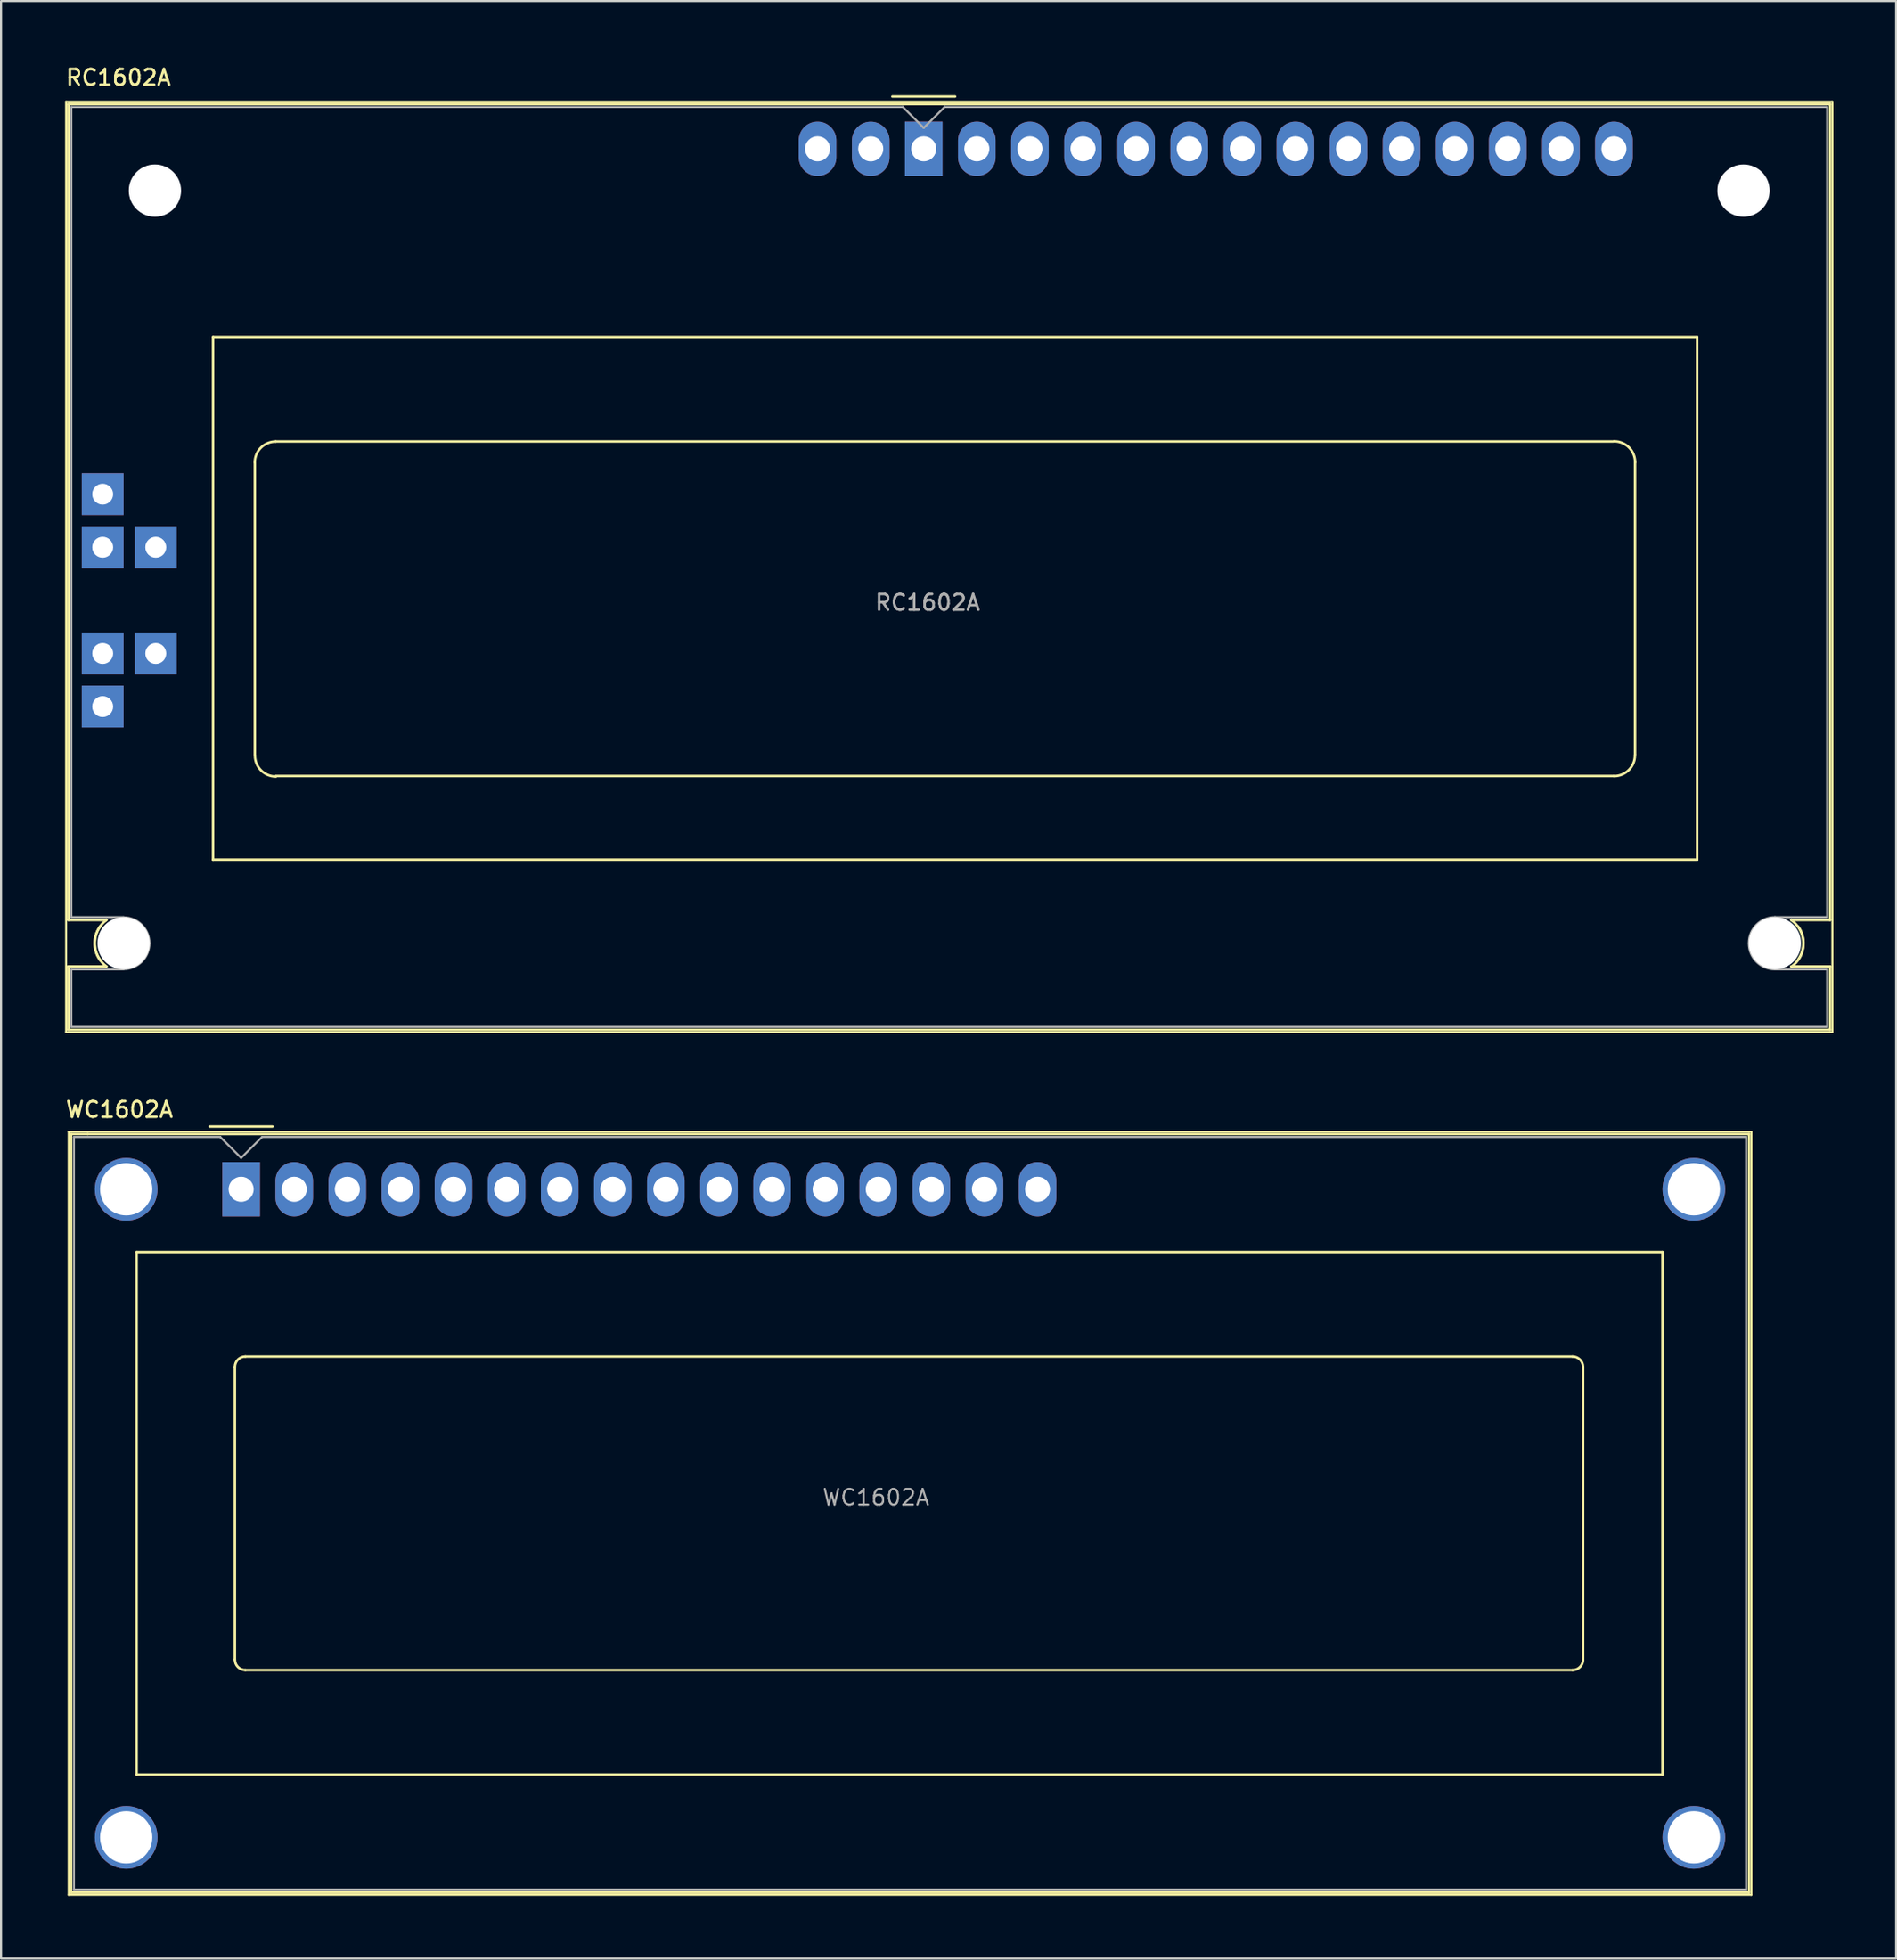
<source format=kicad_pcb>
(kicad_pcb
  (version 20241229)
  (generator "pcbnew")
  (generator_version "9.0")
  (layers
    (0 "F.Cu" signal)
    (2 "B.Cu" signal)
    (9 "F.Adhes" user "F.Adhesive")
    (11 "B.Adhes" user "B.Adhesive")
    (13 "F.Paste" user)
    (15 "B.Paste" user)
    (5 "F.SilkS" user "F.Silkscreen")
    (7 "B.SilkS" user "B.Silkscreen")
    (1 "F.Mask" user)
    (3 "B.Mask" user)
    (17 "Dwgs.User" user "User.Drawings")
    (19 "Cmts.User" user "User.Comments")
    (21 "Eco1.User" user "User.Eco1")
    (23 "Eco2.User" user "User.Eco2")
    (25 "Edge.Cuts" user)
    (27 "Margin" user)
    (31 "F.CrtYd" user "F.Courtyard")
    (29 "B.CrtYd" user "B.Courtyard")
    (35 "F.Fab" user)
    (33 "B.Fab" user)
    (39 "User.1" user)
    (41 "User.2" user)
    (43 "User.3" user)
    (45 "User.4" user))
  (footprint "RC1602A"
    (layer "F.Cu")
    (at 41.142 4.068)
    (property "Reference" "RC1602A" (at -38.53 -3.41 180) (layer "F.SilkS") (effects (font (size 0.75 0.75) (thickness 0.125))))
    (attr through_hole)
    (fp_line (start -41.03 -2.25) (end 43.47 -2.25) (stroke (width 0.1) (type solid)) (layer "F.SilkS"))
    (fp_line (start -41.03 42.25) (end -41.03 -2.25) (stroke (width 0.1) (type solid)) (layer "F.SilkS"))
    (fp_line (start -41.03 42.25) (end 43.47 42.25) (stroke (width 0.1) (type solid)) (layer "F.SilkS"))
    (fp_line (start -40.92 -2.14) (end 43.36 -2.14) (stroke (width 0.12) (type solid)) (layer "F.SilkS"))
    (fp_line (start -40.92 36.89) (end -40.92 -2.14) (stroke (width 0.12) (type solid)) (layer "F.SilkS"))
    (fp_line (start -40.92 36.89) (end -39.1 36.89) (stroke (width 0.12) (type solid)) (layer "F.SilkS"))
    (fp_line (start -40.92 39.11) (end -39.1 39.11) (stroke (width 0.12) (type solid)) (layer "F.SilkS"))
    (fp_line (start -40.92 42.14) (end -40.92 39.11) (stroke (width 0.12) (type solid)) (layer "F.SilkS"))
    (fp_line (start -34 9) (end 37 9) (stroke (width 0.12) (type solid)) (layer "F.SilkS"))
    (fp_line (start -34 34) (end -34 9) (stroke (width 0.12) (type solid)) (layer "F.SilkS"))
    (fp_line (start -32 29) (end -32 15) (stroke (width 0.12) (type solid)) (layer "F.SilkS"))
    (fp_line (start -31 14) (end 33 14) (stroke (width 0.12) (type solid)) (layer "F.SilkS"))
    (fp_line (start -1.5 -2.5) (end 1.5 -2.5) (stroke (width 0.12) (type solid)) (layer "F.SilkS"))
    (fp_line (start 33 30) (end -31 30) (stroke (width 0.12) (type solid)) (layer "F.SilkS"))
    (fp_line (start 34.03 15) (end 34.03 29) (stroke (width 0.12) (type solid)) (layer "F.SilkS"))
    (fp_line (start 37 9) (end 37 34) (stroke (width 0.12) (type solid)) (layer "F.SilkS"))
    (fp_line (start 37 34) (end -34 34) (stroke (width 0.12) (type solid)) (layer "F.SilkS"))
    (fp_line (start 41.5 39.11) (end 43.36 39.11) (stroke (width 0.12) (type solid)) (layer "F.SilkS"))
    (fp_line (start 43.36 -2.14) (end 43.36 36.89) (stroke (width 0.12) (type solid)) (layer "F.SilkS"))
    (fp_line (start 43.36 36.89) (end 41.5 36.89) (stroke (width 0.12) (type solid)) (layer "F.SilkS"))
    (fp_line (start 43.36 39.11) (end 43.36 42.14) (stroke (width 0.12) (type solid)) (layer "F.SilkS"))
    (fp_line (start 43.36 42.14) (end -40.92 42.14) (stroke (width 0.12) (type solid)) (layer "F.SilkS"))
    (fp_line (start 43.47 42.25) (end 43.47 -2.25) (stroke (width 0.1) (type solid)) (layer "F.SilkS"))
    (fp_arc (start -39.39 38.82) (mid -39.644716 37.794939) (end -39.1 36.89) (stroke (width 0.12) (type solid)) (layer "F.SilkS"))
    (fp_arc (start -39.1 39.11) (mid -39.644716 38.205061) (end -39.39 37.18) (stroke (width 0.12) (type solid)) (layer "F.SilkS"))
    (fp_arc (start -32.00286 15.00246) (mid -31.710488 14.296612) (end -31.00464 14.00424) (stroke (width 0.12) (type solid)) (layer "F.SilkS"))
    (fp_arc (start -30.99464 30.0237) (mid -31.702284 29.730584) (end -31.9954 29.02294) (stroke (width 0.12) (type solid)) (layer "F.SilkS"))
    (fp_arc (start 33.03574 13.99424) (mid 33.741588 14.286612) (end 34.03396 14.99246) (stroke (width 0.12) (type solid)) (layer "F.SilkS"))
    (fp_arc (start 34.0265 29.00294) (mid 33.733384 29.710584) (end 33.02574 30.0037) (stroke (width 0.12) (type solid)) (layer "F.SilkS"))
    (fp_arc (start 41.5 36.89) (mid 42.059361 37.759584) (end 41.84 38.77) (stroke (width 0.12) (type solid)) (layer "F.SilkS"))
    (fp_arc (start 41.84 37.21) (mid 42.070574 38.233345) (end 41.51 39.12) (stroke (width 0.12) (type solid)) (layer "F.SilkS"))
    (fp_line (start -40.78 -2) (end -1 -2) (stroke (width 0.1) (type solid)) (layer "F.Fab"))
    (fp_line (start -40.78 36.75) (end -40.78 -2) (stroke (width 0.1) (type solid)) (layer "F.Fab"))
    (fp_line (start -40.78 36.75) (end -38.28 36.75) (stroke (width 0.1) (type solid)) (layer "F.Fab"))
    (fp_line (start -40.78 39.25) (end -38.28 39.25) (stroke (width 0.1) (type solid)) (layer "F.Fab"))
    (fp_line (start -40.78 41.99) (end -40.78 39.25) (stroke (width 0.1) (type solid)) (layer "F.Fab"))
    (fp_line (start -1 -2) (end 0 -1) (stroke (width 0.1) (type solid)) (layer "F.Fab"))
    (fp_line (start 0 -1) (end 1 -2) (stroke (width 0.1) (type solid)) (layer "F.Fab"))
    (fp_line (start 1 -2) (end 43.22 -2) (stroke (width 0.1) (type solid)) (layer "F.Fab"))
    (fp_line (start 40.72 39.25) (end 43.22 39.25) (stroke (width 0.1) (type solid)) (layer "F.Fab"))
    (fp_line (start 43.22 -2) (end 43.22 36.75) (stroke (width 0.1) (type solid)) (layer "F.Fab"))
    (fp_line (start 43.22 36.75) (end 40.72 36.75) (stroke (width 0.1) (type solid)) (layer "F.Fab"))
    (fp_line (start 43.22 39.25) (end 43.22 42) (stroke (width 0.1) (type solid)) (layer "F.Fab"))
    (fp_line (start 43.22 42) (end -40.78 42) (stroke (width 0.1) (type solid)) (layer "F.Fab"))
    (fp_arc (start -38.28 36.76) (mid -37.403188 37.123188) (end -37.04 38) (stroke (width 0.1) (type solid)) (layer "F.Fab"))
    (fp_arc (start -37.04 38) (mid -37.403188 38.876812) (end -38.28 39.24) (stroke (width 0.1) (type solid)) (layer "F.Fab"))
    (fp_arc (start 39.47 37.99) (mid 39.843188 37.109045) (end 40.73 36.75) (stroke (width 0.1) (type solid)) (layer "F.Fab"))
    (fp_arc (start 40.73 39.25) (mid 39.843188 38.890955) (end 39.47 38.01) (stroke (width 0.1) (type solid)) (layer "F.Fab"))
    (fp_text user "${REFERENCE}" (at 0.185 21.705 0) (layer "F.Fab") (effects (font (size 0.75 0.75) (thickness 0.125))))
    (pad "" np_thru_hole circle (at -38.28 38 180) (size 2.5 2.5) (drill 2.5) (layers "*.Cu" "*.Mask"))
    (pad "" np_thru_hole circle (at -36.78 2 180) (size 2.5 2.5) (drill 2.5) (layers "*.Cu" "*.Mask"))
    (pad "" np_thru_hole circle (at 39.22 2 180) (size 2.5 2.5) (drill 2.5) (layers "*.Cu" "*.Mask"))
    (pad "" np_thru_hole circle (at 40.72 38 180) (size 2.5 2.5) (drill 2.5) (layers "*.Cu" "*.Mask"))
    (pad "1" thru_hole rect (at 0 0 180) (size 1.8 2.6) (drill 1.2) (layers "*.Cu" "*.Mask"))
    (pad "2" thru_hole oval (at 2.54 0 180) (size 1.8 2.6) (drill 1.2) (layers "*.Cu" "*.Mask"))
    (pad "3" thru_hole oval (at 5.08 0 180) (size 1.8 2.6) (drill 1.2) (layers "*.Cu" "*.Mask"))
    (pad "4" thru_hole oval (at 7.62 0 180) (size 1.8 2.6) (drill 1.2) (layers "*.Cu" "*.Mask"))
    (pad "5" thru_hole oval (at 10.16 0 180) (size 1.8 2.6) (drill 1.2) (layers "*.Cu" "*.Mask"))
    (pad "6" thru_hole oval (at 12.7 0 180) (size 1.8 2.6) (drill 1.2) (layers "*.Cu" "*.Mask"))
    (pad "7" thru_hole oval (at 15.24 0 180) (size 1.8 2.6) (drill 1.2) (layers "*.Cu" "*.Mask"))
    (pad "8" thru_hole oval (at 17.78 0 180) (size 1.8 2.6) (drill 1.2) (layers "*.Cu" "*.Mask"))
    (pad "9" thru_hole oval (at 20.32 0 180) (size 1.8 2.6) (drill 1.2) (layers "*.Cu" "*.Mask"))
    (pad "10" thru_hole oval (at 22.86 0 180) (size 1.8 2.6) (drill 1.2) (layers "*.Cu" "*.Mask"))
    (pad "11" thru_hole oval (at 25.4 0 180) (size 1.8 2.6) (drill 1.2) (layers "*.Cu" "*.Mask"))
    (pad "12" thru_hole oval (at 27.94 0 180) (size 1.8 2.6) (drill 1.2) (layers "*.Cu" "*.Mask"))
    (pad "13" thru_hole oval (at 30.485 0.003 180) (size 1.8 2.6) (drill 1.2) (layers "*.Cu" "*.Mask"))
    (pad "14" thru_hole oval (at 33.02 0 180) (size 1.8 2.6) (drill 1.2) (layers "*.Cu" "*.Mask"))
    (pad "15" thru_hole oval (at -5.08 0 180) (size 1.8 2.6) (drill 1.2) (layers "*.Cu" "*.Mask"))
    (pad "16" thru_hole oval (at -2.535 0.003 180) (size 1.8 2.6) (drill 1.2) (layers "*.Cu" "*.Mask"))
    (pad "A1" thru_hole rect (at -39.28 24.14 180) (size 2 2) (drill 1) (layers "*.Cu" "*.Mask"))
    (pad "A1" thru_hole rect (at -39.28 26.68 180) (size 2 2) (drill 1) (layers "*.Cu" "*.Mask"))
    (pad "A1" thru_hole rect (at -36.74 24.14 180) (size 2 2) (drill 1) (layers "*.Cu" "*.Mask"))
    (pad "K1" thru_hole rect (at -39.28 16.52 180) (size 2 2) (drill 1) (layers "*.Cu" "*.Mask"))
    (pad "K1" thru_hole rect (at -39.28 19.06 180) (size 2 2) (drill 1) (layers "*.Cu" "*.Mask"))
    (pad "K1" thru_hole rect (at -36.74 19.06 180) (size 2 2) (drill 1) (layers "*.Cu" "*.Mask")))
  (footprint "WC1602A"
    (layer "F.Cu")
    (at 8.486 53.836)
    (property "Reference" "WC1602A" (at -5.82 -3.81 0) (layer "F.SilkS") (effects (font (size 0.75 0.75) (thickness 0.125))))
    (attr through_hole)
    (fp_line (start -8.25 -2.75) (end -8.25 33.75) (stroke (width 0.1) (type solid)) (layer "F.SilkS"))
    (fp_line (start -8.25 -2.75) (end 72.25 -2.75) (stroke (width 0.1) (type solid)) (layer "F.SilkS"))
    (fp_line (start -8.25 33.75) (end 72.25 33.75) (stroke (width 0.1) (type solid)) (layer "F.SilkS"))
    (fp_line (start -8.14 -2.64) (end -8.14 33.64) (stroke (width 0.12) (type solid)) (layer "F.SilkS"))
    (fp_line (start -8.14 33.64) (end 72.14 33.64) (stroke (width 0.12) (type solid)) (layer "F.SilkS"))
    (fp_line (start -8.13 -2.64) (end -7.34 -2.64) (stroke (width 0.12) (type solid)) (layer "F.SilkS"))
    (fp_line (start -5 3) (end 68 3) (stroke (width 0.12) (type solid)) (layer "F.SilkS"))
    (fp_line (start -5 28) (end -5 3) (stroke (width 0.12) (type solid)) (layer "F.SilkS"))
    (fp_line (start -1.5 -3) (end 1.5 -3) (stroke (width 0.12) (type solid)) (layer "F.SilkS"))
    (fp_line (start -0.3 22.499) (end -0.3 8.5) (stroke (width 0.12) (type solid)) (layer "F.SilkS"))
    (fp_line (start 0.2 8) (end 63.7 8) (stroke (width 0.12) (type solid)) (layer "F.SilkS"))
    (fp_line (start 63.701 23) (end 0.2 23) (stroke (width 0.12) (type solid)) (layer "F.SilkS"))
    (fp_line (start 64.2 8.5) (end 64.2 22.5) (stroke (width 0.12) (type solid)) (layer "F.SilkS"))
    (fp_line (start 68 3) (end 68 28) (stroke (width 0.12) (type solid)) (layer "F.SilkS"))
    (fp_line (start 68 28) (end -5 28) (stroke (width 0.12) (type solid)) (layer "F.SilkS"))
    (fp_line (start 72.14 -2.64) (end -7.34 -2.64) (stroke (width 0.12) (type solid)) (layer "F.SilkS"))
    (fp_line (start 72.14 33.64) (end 72.14 -2.64) (stroke (width 0.12) (type solid)) (layer "F.SilkS"))
    (fp_line (start 72.25 -2.75) (end 72.25 33.75) (stroke (width 0.1) (type solid)) (layer "F.SilkS"))
    (fp_arc (start -0.29972 8.49884) (mid -0.153162 8.145018) (end 0.20066 7.99846) (stroke (width 0.12) (type solid)) (layer "F.SilkS"))
    (fp_arc (start 0.20066 22.9997) (mid -0.153162 22.853142) (end -0.29972 22.49932) (stroke (width 0.12) (type solid)) (layer "F.SilkS"))
    (fp_arc (start 63.7 8) (mid 64.053553 8.146447) (end 64.2 8.5) (stroke (width 0.12) (type solid)) (layer "F.SilkS"))
    (fp_arc (start 64.20104 22.49932) (mid 64.054482 22.853142) (end 63.70066 22.9997) (stroke (width 0.12) (type solid)) (layer "F.SilkS"))
    (fp_line (start -8 33.5) (end -8 -2.5) (stroke (width 0.1) (type solid)) (layer "F.Fab"))
    (fp_line (start -1 -2.5) (end -8 -2.5) (stroke (width 0.1) (type solid)) (layer "F.Fab"))
    (fp_line (start 0 -1.5) (end -1 -2.5) (stroke (width 0.1) (type solid)) (layer "F.Fab"))
    (fp_line (start 1 -2.5) (end 0 -1.5) (stroke (width 0.1) (type solid)) (layer "F.Fab"))
    (fp_line (start 1 -2.5) (end 72 -2.5) (stroke (width 0.1) (type solid)) (layer "F.Fab"))
    (fp_line (start 72 -2.5) (end 72 33.5) (stroke (width 0.1) (type solid)) (layer "F.Fab"))
    (fp_line (start 72 33.5) (end -8 33.5) (stroke (width 0.1) (type solid)) (layer "F.Fab"))
    (fp_text user "${REFERENCE}" (at 30.37 14.74 0) (layer "F.Fab") (effects (font (size 0.75 0.75) (thickness 0.1))))
    (pad "" thru_hole circle (at -5.499 0) (size 3 3) (drill 2.5) (layers "*.Cu" "*.Mask"))
    (pad "" thru_hole circle (at -5.499 31.001) (size 3 3) (drill 2.5) (layers "*.Cu" "*.Mask"))
    (pad "" thru_hole circle (at 69.499 31.001) (size 3 3) (drill 2.5) (layers "*.Cu" "*.Mask"))
    (pad "" thru_hole circle (at 69.5 0) (size 3 3) (drill 2.5) (layers "*.Cu" "*.Mask"))
    (pad "1" thru_hole rect (at 0 0) (size 1.8 2.6) (drill 1.2) (layers "*.Cu" "*.Mask"))
    (pad "2" thru_hole oval (at 2.54 0) (size 1.8 2.6) (drill 1.2) (layers "*.Cu" "*.Mask"))
    (pad "3" thru_hole oval (at 5.08 0) (size 1.8 2.6) (drill 1.2) (layers "*.Cu" "*.Mask"))
    (pad "4" thru_hole oval (at 7.62 0) (size 1.8 2.6) (drill 1.2) (layers "*.Cu" "*.Mask"))
    (pad "5" thru_hole oval (at 10.16 0) (size 1.8 2.6) (drill 1.2) (layers "*.Cu" "*.Mask"))
    (pad "6" thru_hole oval (at 12.7 0) (size 1.8 2.6) (drill 1.2) (layers "*.Cu" "*.Mask"))
    (pad "7" thru_hole oval (at 15.24 0) (size 1.8 2.6) (drill 1.2) (layers "*.Cu" "*.Mask"))
    (pad "8" thru_hole oval (at 17.78 0) (size 1.8 2.6) (drill 1.2) (layers "*.Cu" "*.Mask"))
    (pad "9" thru_hole oval (at 20.32 0) (size 1.8 2.6) (drill 1.2) (layers "*.Cu" "*.Mask"))
    (pad "10" thru_hole oval (at 22.86 0) (size 1.8 2.6) (drill 1.2) (layers "*.Cu" "*.Mask"))
    (pad "11" thru_hole oval (at 25.4 0) (size 1.8 2.6) (drill 1.2) (layers "*.Cu" "*.Mask"))
    (pad "12" thru_hole oval (at 27.94 0) (size 1.8 2.6) (drill 1.2) (layers "*.Cu" "*.Mask"))
    (pad "13" thru_hole oval (at 30.48 0) (size 1.8 2.6) (drill 1.2) (layers "*.Cu" "*.Mask"))
    (pad "14" thru_hole oval (at 33.02 0) (size 1.8 2.6) (drill 1.2) (layers "*.Cu" "*.Mask"))
    (pad "15" thru_hole oval (at 35.56 0) (size 1.8 2.6) (drill 1.2) (layers "*.Cu" "*.Mask"))
    (pad "16" thru_hole oval (at 38.1 0) (size 1.8 2.6) (drill 1.2) (layers "*.Cu" "*.Mask")))
  (gr_rect
    (start -3 -3)
    (end 87.662 90.636)
    (stroke (width 0.1) (type default))
    (fill no)
    (layer "Edge.Cuts")))
</source>
